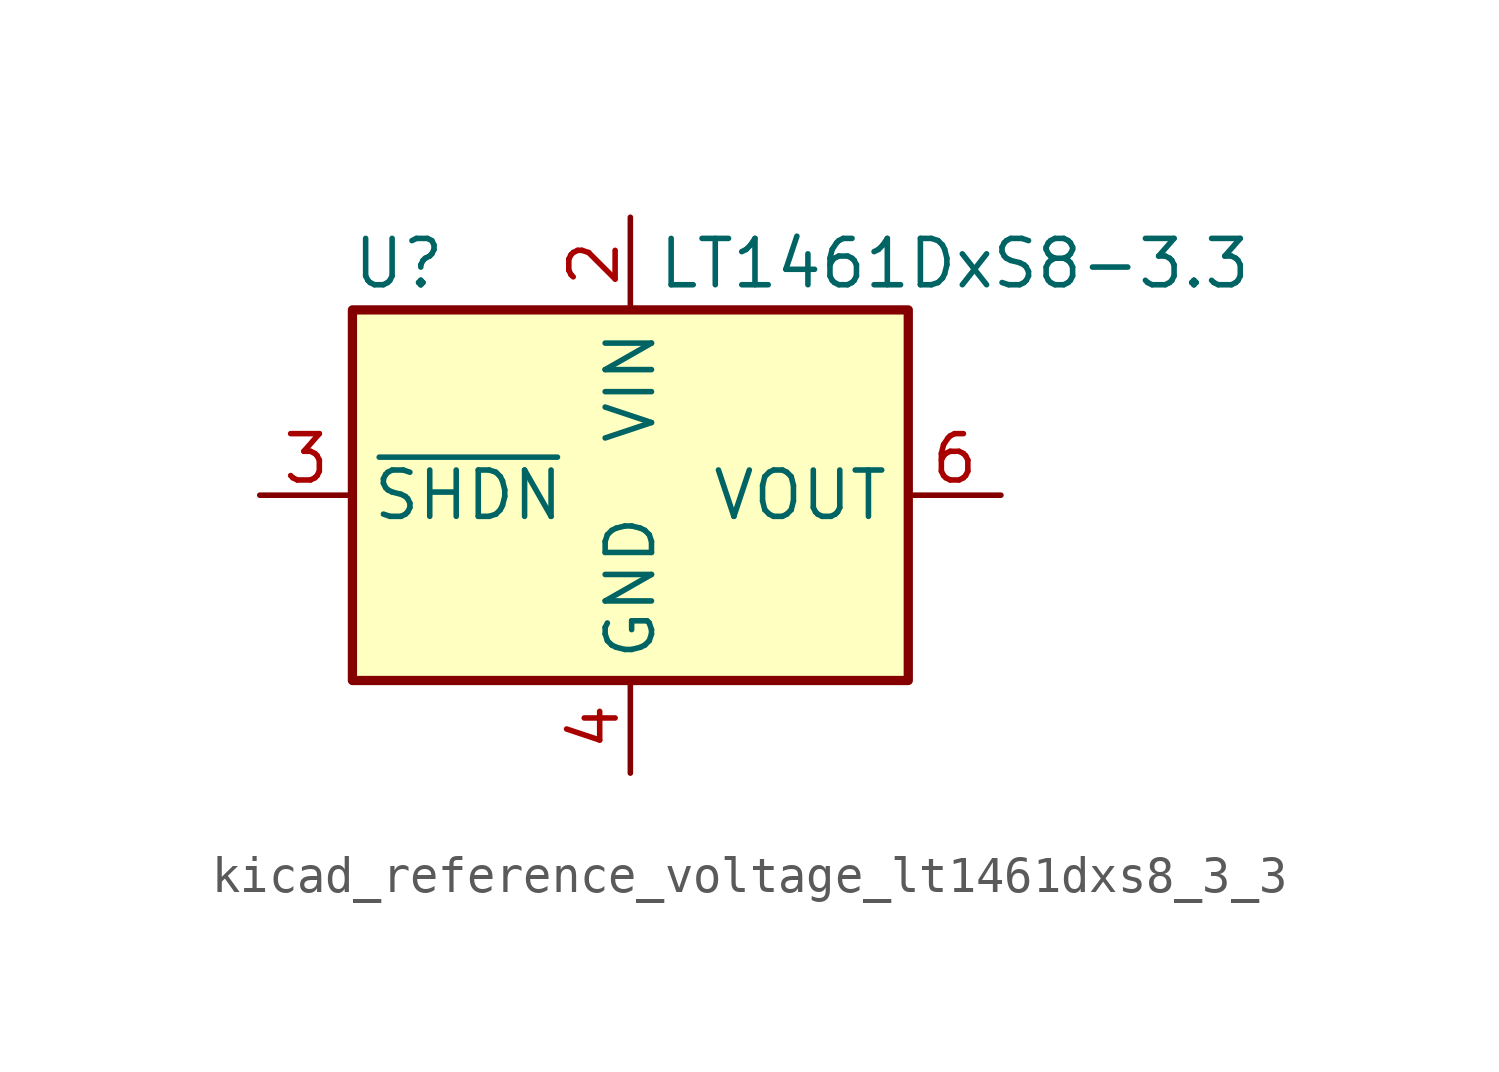
<source format=kicad_sym>
(kicad_symbol_lib
  (version 20220914)
  (generator kicad_symbol_editor)
  (symbol "kicad_reference_voltage_lt1461dxs8_3_3"
    (property "Reference" "U"
      (at -6.35 6.35 0)
      (effects (font (size 1.27 1.27))))
    (property "Value" "LT1461DxS8-3.3"
      (at 8.89 6.35 0)
      (effects (font (size 1.27 1.27))))
    (symbol "kicad_reference_voltage_lt1461dxs8_3_3_1_1"
      (rectangle (start -7.62 5.08) (end 7.62 -5.08) (stroke (width 0.254) (type default)) (fill (type background)))
      (pin no_connect line (at 7.62 -2.54 180) (length 2.54) hide (name "DNC" (effects (font (size 1.27 1.27)))) (number "1" (effects (font (size 1.27 1.27)))))
      (pin power_in line (at 0 7.62 270) (length 2.54) (name "VIN" (effects (font (size 1.27 1.27)))) (number "2" (effects (font (size 1.27 1.27)))))
      (pin input line (at -10.16 0 0) (length 2.54) (name "~{SHDN}" (effects (font (size 1.27 1.27)))) (number "3" (effects (font (size 1.27 1.27)))))
      (pin power_in line (at 0 -7.62 90) (length 2.54) (name "GND" (effects (font (size 1.27 1.27)))) (number "4" (effects (font (size 1.27 1.27)))))
      (pin no_connect line (at -7.62 -2.54 0) (length 2.54) hide (name "DNC" (effects (font (size 1.27 1.27)))) (number "5" (effects (font (size 1.27 1.27)))))
      (pin power_out line (at 10.16 0 180) (length 2.54) (name "VOUT" (effects (font (size 1.27 1.27)))) (number "6" (effects (font (size 1.27 1.27)))))
      (pin no_connect line (at -7.62 2.54 0) (length 2.54) hide (name "DNC" (effects (font (size 1.27 1.27)))) (number "7" (effects (font (size 1.27 1.27)))))
      (pin no_connect line (at 7.62 2.54 180) (length 2.54) hide (name "DNC" (effects (font (size 1.27 1.27)))) (number "8" (effects (font (size 1.27 1.27))))))))
</source>
